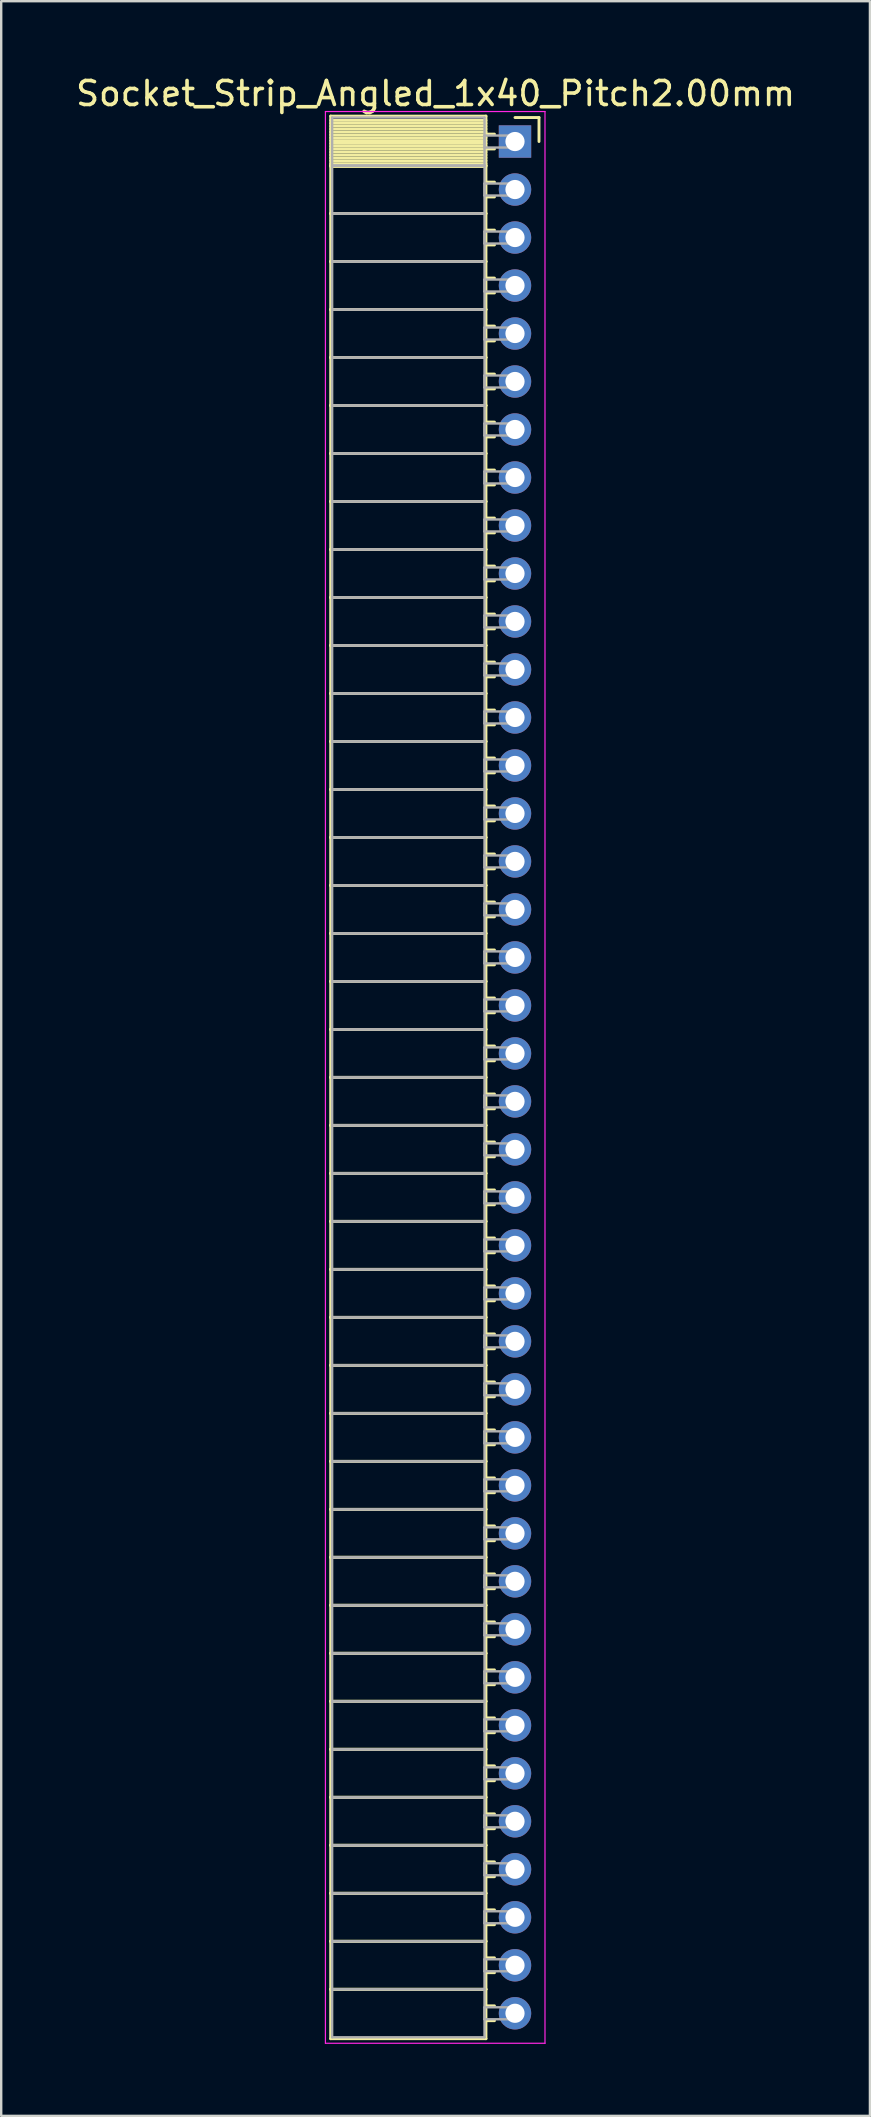
<source format=kicad_pcb>
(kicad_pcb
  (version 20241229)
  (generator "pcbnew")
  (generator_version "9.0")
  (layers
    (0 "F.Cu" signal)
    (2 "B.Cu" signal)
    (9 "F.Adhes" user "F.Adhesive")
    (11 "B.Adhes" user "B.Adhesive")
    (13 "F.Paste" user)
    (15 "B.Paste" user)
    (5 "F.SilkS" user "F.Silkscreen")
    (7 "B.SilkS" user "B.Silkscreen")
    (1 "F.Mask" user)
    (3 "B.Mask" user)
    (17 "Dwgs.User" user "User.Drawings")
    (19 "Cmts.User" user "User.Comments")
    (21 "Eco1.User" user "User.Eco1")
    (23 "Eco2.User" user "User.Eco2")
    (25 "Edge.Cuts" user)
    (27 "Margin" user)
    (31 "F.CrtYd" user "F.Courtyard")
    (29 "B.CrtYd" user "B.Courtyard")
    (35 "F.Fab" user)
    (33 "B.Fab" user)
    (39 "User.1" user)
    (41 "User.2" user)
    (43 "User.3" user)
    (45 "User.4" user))
  (footprint "Socket_Strip_Angled_1x40_Pitch2.00mm"
    (layer "F.Cu")
    (at 18.411 2.848)
    (property "Reference" "Socket_Strip_Angled_1x40_Pitch2.00mm" (at -3.31 -2 0) (layer "F.SilkS") (effects (font (size 1 1) (thickness 0.15))))
    (attr through_hole)
    (fp_line (start -7.68 -1.06) (end -1.21 -1.06) (stroke (width 0.12) (type solid)) (layer "F.SilkS"))
    (fp_line (start -7.68 1) (end -7.68 -1.06) (stroke (width 0.12) (type solid)) (layer "F.SilkS"))
    (fp_line (start -7.68 1) (end -1.21 1) (stroke (width 0.12) (type solid)) (layer "F.SilkS"))
    (fp_line (start -7.68 3) (end -7.68 1) (stroke (width 0.12) (type solid)) (layer "F.SilkS"))
    (fp_line (start -7.68 3) (end -1.21 3) (stroke (width 0.12) (type solid)) (layer "F.SilkS"))
    (fp_line (start -7.68 5) (end -7.68 3) (stroke (width 0.12) (type solid)) (layer "F.SilkS"))
    (fp_line (start -7.68 5) (end -1.21 5) (stroke (width 0.12) (type solid)) (layer "F.SilkS"))
    (fp_line (start -7.68 7) (end -7.68 5) (stroke (width 0.12) (type solid)) (layer "F.SilkS"))
    (fp_line (start -7.68 7) (end -1.21 7) (stroke (width 0.12) (type solid)) (layer "F.SilkS"))
    (fp_line (start -7.68 9) (end -7.68 7) (stroke (width 0.12) (type solid)) (layer "F.SilkS"))
    (fp_line (start -7.68 9) (end -1.21 9) (stroke (width 0.12) (type solid)) (layer "F.SilkS"))
    (fp_line (start -7.68 11) (end -7.68 9) (stroke (width 0.12) (type solid)) (layer "F.SilkS"))
    (fp_line (start -7.68 11) (end -1.21 11) (stroke (width 0.12) (type solid)) (layer "F.SilkS"))
    (fp_line (start -7.68 13) (end -7.68 11) (stroke (width 0.12) (type solid)) (layer "F.SilkS"))
    (fp_line (start -7.68 13) (end -1.21 13) (stroke (width 0.12) (type solid)) (layer "F.SilkS"))
    (fp_line (start -7.68 15) (end -7.68 13) (stroke (width 0.12) (type solid)) (layer "F.SilkS"))
    (fp_line (start -7.68 15) (end -1.21 15) (stroke (width 0.12) (type solid)) (layer "F.SilkS"))
    (fp_line (start -7.68 17) (end -7.68 15) (stroke (width 0.12) (type solid)) (layer "F.SilkS"))
    (fp_line (start -7.68 17) (end -1.21 17) (stroke (width 0.12) (type solid)) (layer "F.SilkS"))
    (fp_line (start -7.68 19) (end -7.68 17) (stroke (width 0.12) (type solid)) (layer "F.SilkS"))
    (fp_line (start -7.68 19) (end -1.21 19) (stroke (width 0.12) (type solid)) (layer "F.SilkS"))
    (fp_line (start -7.68 21) (end -7.68 19) (stroke (width 0.12) (type solid)) (layer "F.SilkS"))
    (fp_line (start -7.68 21) (end -1.21 21) (stroke (width 0.12) (type solid)) (layer "F.SilkS"))
    (fp_line (start -7.68 23) (end -7.68 21) (stroke (width 0.12) (type solid)) (layer "F.SilkS"))
    (fp_line (start -7.68 23) (end -1.21 23) (stroke (width 0.12) (type solid)) (layer "F.SilkS"))
    (fp_line (start -7.68 25) (end -7.68 23) (stroke (width 0.12) (type solid)) (layer "F.SilkS"))
    (fp_line (start -7.68 25) (end -1.21 25) (stroke (width 0.12) (type solid)) (layer "F.SilkS"))
    (fp_line (start -7.68 27) (end -7.68 25) (stroke (width 0.12) (type solid)) (layer "F.SilkS"))
    (fp_line (start -7.68 27) (end -1.21 27) (stroke (width 0.12) (type solid)) (layer "F.SilkS"))
    (fp_line (start -7.68 29) (end -7.68 27) (stroke (width 0.12) (type solid)) (layer "F.SilkS"))
    (fp_line (start -7.68 29) (end -1.21 29) (stroke (width 0.12) (type solid)) (layer "F.SilkS"))
    (fp_line (start -7.68 31) (end -7.68 29) (stroke (width 0.12) (type solid)) (layer "F.SilkS"))
    (fp_line (start -7.68 31) (end -1.21 31) (stroke (width 0.12) (type solid)) (layer "F.SilkS"))
    (fp_line (start -7.68 33) (end -7.68 31) (stroke (width 0.12) (type solid)) (layer "F.SilkS"))
    (fp_line (start -7.68 33) (end -1.21 33) (stroke (width 0.12) (type solid)) (layer "F.SilkS"))
    (fp_line (start -7.68 35) (end -7.68 33) (stroke (width 0.12) (type solid)) (layer "F.SilkS"))
    (fp_line (start -7.68 35) (end -1.21 35) (stroke (width 0.12) (type solid)) (layer "F.SilkS"))
    (fp_line (start -7.68 37) (end -7.68 35) (stroke (width 0.12) (type solid)) (layer "F.SilkS"))
    (fp_line (start -7.68 37) (end -1.21 37) (stroke (width 0.12) (type solid)) (layer "F.SilkS"))
    (fp_line (start -7.68 39) (end -7.68 37) (stroke (width 0.12) (type solid)) (layer "F.SilkS"))
    (fp_line (start -7.68 39) (end -1.21 39) (stroke (width 0.12) (type solid)) (layer "F.SilkS"))
    (fp_line (start -7.68 41) (end -7.68 39) (stroke (width 0.12) (type solid)) (layer "F.SilkS"))
    (fp_line (start -7.68 41) (end -1.21 41) (stroke (width 0.12) (type solid)) (layer "F.SilkS"))
    (fp_line (start -7.68 43) (end -7.68 41) (stroke (width 0.12) (type solid)) (layer "F.SilkS"))
    (fp_line (start -7.68 43) (end -1.21 43) (stroke (width 0.12) (type solid)) (layer "F.SilkS"))
    (fp_line (start -7.68 45) (end -7.68 43) (stroke (width 0.12) (type solid)) (layer "F.SilkS"))
    (fp_line (start -7.68 45) (end -1.21 45) (stroke (width 0.12) (type solid)) (layer "F.SilkS"))
    (fp_line (start -7.68 47) (end -7.68 45) (stroke (width 0.12) (type solid)) (layer "F.SilkS"))
    (fp_line (start -7.68 47) (end -1.21 47) (stroke (width 0.12) (type solid)) (layer "F.SilkS"))
    (fp_line (start -7.68 49) (end -7.68 47) (stroke (width 0.12) (type solid)) (layer "F.SilkS"))
    (fp_line (start -7.68 49) (end -1.21 49) (stroke (width 0.12) (type solid)) (layer "F.SilkS"))
    (fp_line (start -7.68 51) (end -7.68 49) (stroke (width 0.12) (type solid)) (layer "F.SilkS"))
    (fp_line (start -7.68 51) (end -1.21 51) (stroke (width 0.12) (type solid)) (layer "F.SilkS"))
    (fp_line (start -7.68 53) (end -7.68 51) (stroke (width 0.12) (type solid)) (layer "F.SilkS"))
    (fp_line (start -7.68 53) (end -1.21 53) (stroke (width 0.12) (type solid)) (layer "F.SilkS"))
    (fp_line (start -7.68 55) (end -7.68 53) (stroke (width 0.12) (type solid)) (layer "F.SilkS"))
    (fp_line (start -7.68 55) (end -1.21 55) (stroke (width 0.12) (type solid)) (layer "F.SilkS"))
    (fp_line (start -7.68 57) (end -7.68 55) (stroke (width 0.12) (type solid)) (layer "F.SilkS"))
    (fp_line (start -7.68 57) (end -1.21 57) (stroke (width 0.12) (type solid)) (layer "F.SilkS"))
    (fp_line (start -7.68 59) (end -7.68 57) (stroke (width 0.12) (type solid)) (layer "F.SilkS"))
    (fp_line (start -7.68 59) (end -1.21 59) (stroke (width 0.12) (type solid)) (layer "F.SilkS"))
    (fp_line (start -7.68 61) (end -7.68 59) (stroke (width 0.12) (type solid)) (layer "F.SilkS"))
    (fp_line (start -7.68 61) (end -1.21 61) (stroke (width 0.12) (type solid)) (layer "F.SilkS"))
    (fp_line (start -7.68 63) (end -7.68 61) (stroke (width 0.12) (type solid)) (layer "F.SilkS"))
    (fp_line (start -7.68 63) (end -1.21 63) (stroke (width 0.12) (type solid)) (layer "F.SilkS"))
    (fp_line (start -7.68 65) (end -7.68 63) (stroke (width 0.12) (type solid)) (layer "F.SilkS"))
    (fp_line (start -7.68 65) (end -1.21 65) (stroke (width 0.12) (type solid)) (layer "F.SilkS"))
    (fp_line (start -7.68 67) (end -7.68 65) (stroke (width 0.12) (type solid)) (layer "F.SilkS"))
    (fp_line (start -7.68 67) (end -1.21 67) (stroke (width 0.12) (type solid)) (layer "F.SilkS"))
    (fp_line (start -7.68 69) (end -7.68 67) (stroke (width 0.12) (type solid)) (layer "F.SilkS"))
    (fp_line (start -7.68 69) (end -1.21 69) (stroke (width 0.12) (type solid)) (layer "F.SilkS"))
    (fp_line (start -7.68 71) (end -7.68 69) (stroke (width 0.12) (type solid)) (layer "F.SilkS"))
    (fp_line (start -7.68 71) (end -1.21 71) (stroke (width 0.12) (type solid)) (layer "F.SilkS"))
    (fp_line (start -7.68 73) (end -7.68 71) (stroke (width 0.12) (type solid)) (layer "F.SilkS"))
    (fp_line (start -7.68 73) (end -1.21 73) (stroke (width 0.12) (type solid)) (layer "F.SilkS"))
    (fp_line (start -7.68 75) (end -7.68 73) (stroke (width 0.12) (type solid)) (layer "F.SilkS"))
    (fp_line (start -7.68 75) (end -1.21 75) (stroke (width 0.12) (type solid)) (layer "F.SilkS"))
    (fp_line (start -7.68 77) (end -7.68 75) (stroke (width 0.12) (type solid)) (layer "F.SilkS"))
    (fp_line (start -7.68 77) (end -1.21 77) (stroke (width 0.12) (type solid)) (layer "F.SilkS"))
    (fp_line (start -7.68 79.06) (end -7.68 77) (stroke (width 0.12) (type solid)) (layer "F.SilkS"))
    (fp_line (start -1.21 -1.06) (end -1.21 1) (stroke (width 0.12) (type solid)) (layer "F.SilkS"))
    (fp_line (start -1.21 -0.88) (end -7.68 -0.88) (stroke (width 0.12) (type solid)) (layer "F.SilkS"))
    (fp_line (start -1.21 -0.76) (end -7.68 -0.76) (stroke (width 0.12) (type solid)) (layer "F.SilkS"))
    (fp_line (start -1.21 -0.64) (end -7.68 -0.64) (stroke (width 0.12) (type solid)) (layer "F.SilkS"))
    (fp_line (start -1.21 -0.52) (end -7.68 -0.52) (stroke (width 0.12) (type solid)) (layer "F.SilkS"))
    (fp_line (start -1.21 -0.4) (end -7.68 -0.4) (stroke (width 0.12) (type solid)) (layer "F.SilkS"))
    (fp_line (start -1.21 -0.28) (end -7.68 -0.28) (stroke (width 0.12) (type solid)) (layer "F.SilkS"))
    (fp_line (start -1.21 -0.16) (end -7.68 -0.16) (stroke (width 0.12) (type solid)) (layer "F.SilkS"))
    (fp_line (start -1.21 -0.04) (end -7.68 -0.04) (stroke (width 0.12) (type solid)) (layer "F.SilkS"))
    (fp_line (start -1.21 0.08) (end -7.68 0.08) (stroke (width 0.12) (type solid)) (layer "F.SilkS"))
    (fp_line (start -1.21 0.2) (end -7.68 0.2) (stroke (width 0.12) (type solid)) (layer "F.SilkS"))
    (fp_line (start -1.21 0.32) (end -7.68 0.32) (stroke (width 0.12) (type solid)) (layer "F.SilkS"))
    (fp_line (start -1.21 0.44) (end -7.68 0.44) (stroke (width 0.12) (type solid)) (layer "F.SilkS"))
    (fp_line (start -1.21 0.56) (end -7.68 0.56) (stroke (width 0.12) (type solid)) (layer "F.SilkS"))
    (fp_line (start -1.21 0.68) (end -7.68 0.68) (stroke (width 0.12) (type solid)) (layer "F.SilkS"))
    (fp_line (start -1.21 0.8) (end -7.68 0.8) (stroke (width 0.12) (type solid)) (layer "F.SilkS"))
    (fp_line (start -1.21 0.92) (end -7.68 0.92) (stroke (width 0.12) (type solid)) (layer "F.SilkS"))
    (fp_line (start -1.21 1) (end -7.68 1) (stroke (width 0.12) (type solid)) (layer "F.SilkS"))
    (fp_line (start -1.21 1) (end -1.21 3) (stroke (width 0.12) (type solid)) (layer "F.SilkS"))
    (fp_line (start -1.21 1.04) (end -7.68 1.04) (stroke (width 0.12) (type solid)) (layer "F.SilkS"))
    (fp_line (start -1.21 3) (end -7.68 3) (stroke (width 0.12) (type solid)) (layer "F.SilkS"))
    (fp_line (start -1.21 3) (end -1.21 5) (stroke (width 0.12) (type solid)) (layer "F.SilkS"))
    (fp_line (start -1.21 5) (end -7.68 5) (stroke (width 0.12) (type solid)) (layer "F.SilkS"))
    (fp_line (start -1.21 5) (end -1.21 7) (stroke (width 0.12) (type solid)) (layer "F.SilkS"))
    (fp_line (start -1.21 7) (end -7.68 7) (stroke (width 0.12) (type solid)) (layer "F.SilkS"))
    (fp_line (start -1.21 7) (end -1.21 9) (stroke (width 0.12) (type solid)) (layer "F.SilkS"))
    (fp_line (start -1.21 9) (end -7.68 9) (stroke (width 0.12) (type solid)) (layer "F.SilkS"))
    (fp_line (start -1.21 9) (end -1.21 11) (stroke (width 0.12) (type solid)) (layer "F.SilkS"))
    (fp_line (start -1.21 11) (end -7.68 11) (stroke (width 0.12) (type solid)) (layer "F.SilkS"))
    (fp_line (start -1.21 11) (end -1.21 13) (stroke (width 0.12) (type solid)) (layer "F.SilkS"))
    (fp_line (start -1.21 13) (end -7.68 13) (stroke (width 0.12) (type solid)) (layer "F.SilkS"))
    (fp_line (start -1.21 13) (end -1.21 15) (stroke (width 0.12) (type solid)) (layer "F.SilkS"))
    (fp_line (start -1.21 15) (end -7.68 15) (stroke (width 0.12) (type solid)) (layer "F.SilkS"))
    (fp_line (start -1.21 15) (end -1.21 17) (stroke (width 0.12) (type solid)) (layer "F.SilkS"))
    (fp_line (start -1.21 17) (end -7.68 17) (stroke (width 0.12) (type solid)) (layer "F.SilkS"))
    (fp_line (start -1.21 17) (end -1.21 19) (stroke (width 0.12) (type solid)) (layer "F.SilkS"))
    (fp_line (start -1.21 19) (end -7.68 19) (stroke (width 0.12) (type solid)) (layer "F.SilkS"))
    (fp_line (start -1.21 19) (end -1.21 21) (stroke (width 0.12) (type solid)) (layer "F.SilkS"))
    (fp_line (start -1.21 21) (end -7.68 21) (stroke (width 0.12) (type solid)) (layer "F.SilkS"))
    (fp_line (start -1.21 21) (end -1.21 23) (stroke (width 0.12) (type solid)) (layer "F.SilkS"))
    (fp_line (start -1.21 23) (end -7.68 23) (stroke (width 0.12) (type solid)) (layer "F.SilkS"))
    (fp_line (start -1.21 23) (end -1.21 25) (stroke (width 0.12) (type solid)) (layer "F.SilkS"))
    (fp_line (start -1.21 25) (end -7.68 25) (stroke (width 0.12) (type solid)) (layer "F.SilkS"))
    (fp_line (start -1.21 25) (end -1.21 27) (stroke (width 0.12) (type solid)) (layer "F.SilkS"))
    (fp_line (start -1.21 27) (end -7.68 27) (stroke (width 0.12) (type solid)) (layer "F.SilkS"))
    (fp_line (start -1.21 27) (end -1.21 29) (stroke (width 0.12) (type solid)) (layer "F.SilkS"))
    (fp_line (start -1.21 29) (end -7.68 29) (stroke (width 0.12) (type solid)) (layer "F.SilkS"))
    (fp_line (start -1.21 29) (end -1.21 31) (stroke (width 0.12) (type solid)) (layer "F.SilkS"))
    (fp_line (start -1.21 31) (end -7.68 31) (stroke (width 0.12) (type solid)) (layer "F.SilkS"))
    (fp_line (start -1.21 31) (end -1.21 33) (stroke (width 0.12) (type solid)) (layer "F.SilkS"))
    (fp_line (start -1.21 33) (end -7.68 33) (stroke (width 0.12) (type solid)) (layer "F.SilkS"))
    (fp_line (start -1.21 33) (end -1.21 35) (stroke (width 0.12) (type solid)) (layer "F.SilkS"))
    (fp_line (start -1.21 35) (end -7.68 35) (stroke (width 0.12) (type solid)) (layer "F.SilkS"))
    (fp_line (start -1.21 35) (end -1.21 37) (stroke (width 0.12) (type solid)) (layer "F.SilkS"))
    (fp_line (start -1.21 37) (end -7.68 37) (stroke (width 0.12) (type solid)) (layer "F.SilkS"))
    (fp_line (start -1.21 37) (end -1.21 39) (stroke (width 0.12) (type solid)) (layer "F.SilkS"))
    (fp_line (start -1.21 39) (end -7.68 39) (stroke (width 0.12) (type solid)) (layer "F.SilkS"))
    (fp_line (start -1.21 39) (end -1.21 41) (stroke (width 0.12) (type solid)) (layer "F.SilkS"))
    (fp_line (start -1.21 41) (end -7.68 41) (stroke (width 0.12) (type solid)) (layer "F.SilkS"))
    (fp_line (start -1.21 41) (end -1.21 43) (stroke (width 0.12) (type solid)) (layer "F.SilkS"))
    (fp_line (start -1.21 43) (end -7.68 43) (stroke (width 0.12) (type solid)) (layer "F.SilkS"))
    (fp_line (start -1.21 43) (end -1.21 45) (stroke (width 0.12) (type solid)) (layer "F.SilkS"))
    (fp_line (start -1.21 45) (end -7.68 45) (stroke (width 0.12) (type solid)) (layer "F.SilkS"))
    (fp_line (start -1.21 45) (end -1.21 47) (stroke (width 0.12) (type solid)) (layer "F.SilkS"))
    (fp_line (start -1.21 47) (end -7.68 47) (stroke (width 0.12) (type solid)) (layer "F.SilkS"))
    (fp_line (start -1.21 47) (end -1.21 49) (stroke (width 0.12) (type solid)) (layer "F.SilkS"))
    (fp_line (start -1.21 49) (end -7.68 49) (stroke (width 0.12) (type solid)) (layer "F.SilkS"))
    (fp_line (start -1.21 49) (end -1.21 51) (stroke (width 0.12) (type solid)) (layer "F.SilkS"))
    (fp_line (start -1.21 51) (end -7.68 51) (stroke (width 0.12) (type solid)) (layer "F.SilkS"))
    (fp_line (start -1.21 51) (end -1.21 53) (stroke (width 0.12) (type solid)) (layer "F.SilkS"))
    (fp_line (start -1.21 53) (end -7.68 53) (stroke (width 0.12) (type solid)) (layer "F.SilkS"))
    (fp_line (start -1.21 53) (end -1.21 55) (stroke (width 0.12) (type solid)) (layer "F.SilkS"))
    (fp_line (start -1.21 55) (end -7.68 55) (stroke (width 0.12) (type solid)) (layer "F.SilkS"))
    (fp_line (start -1.21 55) (end -1.21 57) (stroke (width 0.12) (type solid)) (layer "F.SilkS"))
    (fp_line (start -1.21 57) (end -7.68 57) (stroke (width 0.12) (type solid)) (layer "F.SilkS"))
    (fp_line (start -1.21 57) (end -1.21 59) (stroke (width 0.12) (type solid)) (layer "F.SilkS"))
    (fp_line (start -1.21 59) (end -7.68 59) (stroke (width 0.12) (type solid)) (layer "F.SilkS"))
    (fp_line (start -1.21 59) (end -1.21 61) (stroke (width 0.12) (type solid)) (layer "F.SilkS"))
    (fp_line (start -1.21 61) (end -7.68 61) (stroke (width 0.12) (type solid)) (layer "F.SilkS"))
    (fp_line (start -1.21 61) (end -1.21 63) (stroke (width 0.12) (type solid)) (layer "F.SilkS"))
    (fp_line (start -1.21 63) (end -7.68 63) (stroke (width 0.12) (type solid)) (layer "F.SilkS"))
    (fp_line (start -1.21 63) (end -1.21 65) (stroke (width 0.12) (type solid)) (layer "F.SilkS"))
    (fp_line (start -1.21 65) (end -7.68 65) (stroke (width 0.12) (type solid)) (layer "F.SilkS"))
    (fp_line (start -1.21 65) (end -1.21 67) (stroke (width 0.12) (type solid)) (layer "F.SilkS"))
    (fp_line (start -1.21 67) (end -7.68 67) (stroke (width 0.12) (type solid)) (layer "F.SilkS"))
    (fp_line (start -1.21 67) (end -1.21 69) (stroke (width 0.12) (type solid)) (layer "F.SilkS"))
    (fp_line (start -1.21 69) (end -7.68 69) (stroke (width 0.12) (type solid)) (layer "F.SilkS"))
    (fp_line (start -1.21 69) (end -1.21 71) (stroke (width 0.12) (type solid)) (layer "F.SilkS"))
    (fp_line (start -1.21 71) (end -7.68 71) (stroke (width 0.12) (type solid)) (layer "F.SilkS"))
    (fp_line (start -1.21 71) (end -1.21 73) (stroke (width 0.12) (type solid)) (layer "F.SilkS"))
    (fp_line (start -1.21 73) (end -7.68 73) (stroke (width 0.12) (type solid)) (layer "F.SilkS"))
    (fp_line (start -1.21 73) (end -1.21 75) (stroke (width 0.12) (type solid)) (layer "F.SilkS"))
    (fp_line (start -1.21 75) (end -7.68 75) (stroke (width 0.12) (type solid)) (layer "F.SilkS"))
    (fp_line (start -1.21 75) (end -1.21 77) (stroke (width 0.12) (type solid)) (layer "F.SilkS"))
    (fp_line (start -1.21 77) (end -7.68 77) (stroke (width 0.12) (type solid)) (layer "F.SilkS"))
    (fp_line (start -1.21 77) (end -1.21 79.06) (stroke (width 0.12) (type solid)) (layer "F.SilkS"))
    (fp_line (start -1.21 79.06) (end -7.68 79.06) (stroke (width 0.12) (type solid)) (layer "F.SilkS"))
    (fp_line (start -0.855 -0.31) (end -1.21 -0.31) (stroke (width 0.12) (type solid)) (layer "F.SilkS"))
    (fp_line (start -0.855 0.31) (end -1.21 0.31) (stroke (width 0.12) (type solid)) (layer "F.SilkS"))
    (fp_line (start -0.855 1.69) (end -1.21 1.69) (stroke (width 0.12) (type solid)) (layer "F.SilkS"))
    (fp_line (start -0.855 2.31) (end -1.21 2.31) (stroke (width 0.12) (type solid)) (layer "F.SilkS"))
    (fp_line (start -0.855 3.69) (end -1.21 3.69) (stroke (width 0.12) (type solid)) (layer "F.SilkS"))
    (fp_line (start -0.855 4.31) (end -1.21 4.31) (stroke (width 0.12) (type solid)) (layer "F.SilkS"))
    (fp_line (start -0.855 5.69) (end -1.21 5.69) (stroke (width 0.12) (type solid)) (layer "F.SilkS"))
    (fp_line (start -0.855 6.31) (end -1.21 6.31) (stroke (width 0.12) (type solid)) (layer "F.SilkS"))
    (fp_line (start -0.855 7.69) (end -1.21 7.69) (stroke (width 0.12) (type solid)) (layer "F.SilkS"))
    (fp_line (start -0.855 8.31) (end -1.21 8.31) (stroke (width 0.12) (type solid)) (layer "F.SilkS"))
    (fp_line (start -0.855 9.69) (end -1.21 9.69) (stroke (width 0.12) (type solid)) (layer "F.SilkS"))
    (fp_line (start -0.855 10.31) (end -1.21 10.31) (stroke (width 0.12) (type solid)) (layer "F.SilkS"))
    (fp_line (start -0.855 11.69) (end -1.21 11.69) (stroke (width 0.12) (type solid)) (layer "F.SilkS"))
    (fp_line (start -0.855 12.31) (end -1.21 12.31) (stroke (width 0.12) (type solid)) (layer "F.SilkS"))
    (fp_line (start -0.855 13.69) (end -1.21 13.69) (stroke (width 0.12) (type solid)) (layer "F.SilkS"))
    (fp_line (start -0.855 14.31) (end -1.21 14.31) (stroke (width 0.12) (type solid)) (layer "F.SilkS"))
    (fp_line (start -0.855 15.69) (end -1.21 15.69) (stroke (width 0.12) (type solid)) (layer "F.SilkS"))
    (fp_line (start -0.855 16.31) (end -1.21 16.31) (stroke (width 0.12) (type solid)) (layer "F.SilkS"))
    (fp_line (start -0.855 17.69) (end -1.21 17.69) (stroke (width 0.12) (type solid)) (layer "F.SilkS"))
    (fp_line (start -0.855 18.31) (end -1.21 18.31) (stroke (width 0.12) (type solid)) (layer "F.SilkS"))
    (fp_line (start -0.855 19.69) (end -1.21 19.69) (stroke (width 0.12) (type solid)) (layer "F.SilkS"))
    (fp_line (start -0.855 20.31) (end -1.21 20.31) (stroke (width 0.12) (type solid)) (layer "F.SilkS"))
    (fp_line (start -0.855 21.69) (end -1.21 21.69) (stroke (width 0.12) (type solid)) (layer "F.SilkS"))
    (fp_line (start -0.855 22.31) (end -1.21 22.31) (stroke (width 0.12) (type solid)) (layer "F.SilkS"))
    (fp_line (start -0.855 23.69) (end -1.21 23.69) (stroke (width 0.12) (type solid)) (layer "F.SilkS"))
    (fp_line (start -0.855 24.31) (end -1.21 24.31) (stroke (width 0.12) (type solid)) (layer "F.SilkS"))
    (fp_line (start -0.855 25.69) (end -1.21 25.69) (stroke (width 0.12) (type solid)) (layer "F.SilkS"))
    (fp_line (start -0.855 26.31) (end -1.21 26.31) (stroke (width 0.12) (type solid)) (layer "F.SilkS"))
    (fp_line (start -0.855 27.69) (end -1.21 27.69) (stroke (width 0.12) (type solid)) (layer "F.SilkS"))
    (fp_line (start -0.855 28.31) (end -1.21 28.31) (stroke (width 0.12) (type solid)) (layer "F.SilkS"))
    (fp_line (start -0.855 29.69) (end -1.21 29.69) (stroke (width 0.12) (type solid)) (layer "F.SilkS"))
    (fp_line (start -0.855 30.31) (end -1.21 30.31) (stroke (width 0.12) (type solid)) (layer "F.SilkS"))
    (fp_line (start -0.855 31.69) (end -1.21 31.69) (stroke (width 0.12) (type solid)) (layer "F.SilkS"))
    (fp_line (start -0.855 32.31) (end -1.21 32.31) (stroke (width 0.12) (type solid)) (layer "F.SilkS"))
    (fp_line (start -0.855 33.69) (end -1.21 33.69) (stroke (width 0.12) (type solid)) (layer "F.SilkS"))
    (fp_line (start -0.855 34.31) (end -1.21 34.31) (stroke (width 0.12) (type solid)) (layer "F.SilkS"))
    (fp_line (start -0.855 35.69) (end -1.21 35.69) (stroke (width 0.12) (type solid)) (layer "F.SilkS"))
    (fp_line (start -0.855 36.31) (end -1.21 36.31) (stroke (width 0.12) (type solid)) (layer "F.SilkS"))
    (fp_line (start -0.855 37.69) (end -1.21 37.69) (stroke (width 0.12) (type solid)) (layer "F.SilkS"))
    (fp_line (start -0.855 38.31) (end -1.21 38.31) (stroke (width 0.12) (type solid)) (layer "F.SilkS"))
    (fp_line (start -0.855 39.69) (end -1.21 39.69) (stroke (width 0.12) (type solid)) (layer "F.SilkS"))
    (fp_line (start -0.855 40.31) (end -1.21 40.31) (stroke (width 0.12) (type solid)) (layer "F.SilkS"))
    (fp_line (start -0.855 41.69) (end -1.21 41.69) (stroke (width 0.12) (type solid)) (layer "F.SilkS"))
    (fp_line (start -0.855 42.31) (end -1.21 42.31) (stroke (width 0.12) (type solid)) (layer "F.SilkS"))
    (fp_line (start -0.855 43.69) (end -1.21 43.69) (stroke (width 0.12) (type solid)) (layer "F.SilkS"))
    (fp_line (start -0.855 44.31) (end -1.21 44.31) (stroke (width 0.12) (type solid)) (layer "F.SilkS"))
    (fp_line (start -0.855 45.69) (end -1.21 45.69) (stroke (width 0.12) (type solid)) (layer "F.SilkS"))
    (fp_line (start -0.855 46.31) (end -1.21 46.31) (stroke (width 0.12) (type solid)) (layer "F.SilkS"))
    (fp_line (start -0.855 47.69) (end -1.21 47.69) (stroke (width 0.12) (type solid)) (layer "F.SilkS"))
    (fp_line (start -0.855 48.31) (end -1.21 48.31) (stroke (width 0.12) (type solid)) (layer "F.SilkS"))
    (fp_line (start -0.855 49.69) (end -1.21 49.69) (stroke (width 0.12) (type solid)) (layer "F.SilkS"))
    (fp_line (start -0.855 50.31) (end -1.21 50.31) (stroke (width 0.12) (type solid)) (layer "F.SilkS"))
    (fp_line (start -0.855 51.69) (end -1.21 51.69) (stroke (width 0.12) (type solid)) (layer "F.SilkS"))
    (fp_line (start -0.855 52.31) (end -1.21 52.31) (stroke (width 0.12) (type solid)) (layer "F.SilkS"))
    (fp_line (start -0.855 53.69) (end -1.21 53.69) (stroke (width 0.12) (type solid)) (layer "F.SilkS"))
    (fp_line (start -0.855 54.31) (end -1.21 54.31) (stroke (width 0.12) (type solid)) (layer "F.SilkS"))
    (fp_line (start -0.855 55.69) (end -1.21 55.69) (stroke (width 0.12) (type solid)) (layer "F.SilkS"))
    (fp_line (start -0.855 56.31) (end -1.21 56.31) (stroke (width 0.12) (type solid)) (layer "F.SilkS"))
    (fp_line (start -0.855 57.69) (end -1.21 57.69) (stroke (width 0.12) (type solid)) (layer "F.SilkS"))
    (fp_line (start -0.855 58.31) (end -1.21 58.31) (stroke (width 0.12) (type solid)) (layer "F.SilkS"))
    (fp_line (start -0.855 59.69) (end -1.21 59.69) (stroke (width 0.12) (type solid)) (layer "F.SilkS"))
    (fp_line (start -0.855 60.31) (end -1.21 60.31) (stroke (width 0.12) (type solid)) (layer "F.SilkS"))
    (fp_line (start -0.855 61.69) (end -1.21 61.69) (stroke (width 0.12) (type solid)) (layer "F.SilkS"))
    (fp_line (start -0.855 62.31) (end -1.21 62.31) (stroke (width 0.12) (type solid)) (layer "F.SilkS"))
    (fp_line (start -0.855 63.69) (end -1.21 63.69) (stroke (width 0.12) (type solid)) (layer "F.SilkS"))
    (fp_line (start -0.855 64.31) (end -1.21 64.31) (stroke (width 0.12) (type solid)) (layer "F.SilkS"))
    (fp_line (start -0.855 65.69) (end -1.21 65.69) (stroke (width 0.12) (type solid)) (layer "F.SilkS"))
    (fp_line (start -0.855 66.31) (end -1.21 66.31) (stroke (width 0.12) (type solid)) (layer "F.SilkS"))
    (fp_line (start -0.855 67.69) (end -1.21 67.69) (stroke (width 0.12) (type solid)) (layer "F.SilkS"))
    (fp_line (start -0.855 68.31) (end -1.21 68.31) (stroke (width 0.12) (type solid)) (layer "F.SilkS"))
    (fp_line (start -0.855 69.69) (end -1.21 69.69) (stroke (width 0.12) (type solid)) (layer "F.SilkS"))
    (fp_line (start -0.855 70.31) (end -1.21 70.31) (stroke (width 0.12) (type solid)) (layer "F.SilkS"))
    (fp_line (start -0.855 71.69) (end -1.21 71.69) (stroke (width 0.12) (type solid)) (layer "F.SilkS"))
    (fp_line (start -0.855 72.31) (end -1.21 72.31) (stroke (width 0.12) (type solid)) (layer "F.SilkS"))
    (fp_line (start -0.855 73.69) (end -1.21 73.69) (stroke (width 0.12) (type solid)) (layer "F.SilkS"))
    (fp_line (start -0.855 74.31) (end -1.21 74.31) (stroke (width 0.12) (type solid)) (layer "F.SilkS"))
    (fp_line (start -0.855 75.69) (end -1.21 75.69) (stroke (width 0.12) (type solid)) (layer "F.SilkS"))
    (fp_line (start -0.855 76.31) (end -1.21 76.31) (stroke (width 0.12) (type solid)) (layer "F.SilkS"))
    (fp_line (start -0.855 77.69) (end -1.21 77.69) (stroke (width 0.12) (type solid)) (layer "F.SilkS"))
    (fp_line (start -0.855 78.31) (end -1.21 78.31) (stroke (width 0.12) (type solid)) (layer "F.SilkS"))
    (fp_line (start 0 -1) (end 1 -1) (stroke (width 0.12) (type solid)) (layer "F.SilkS"))
    (fp_line (start 1 -1) (end 1 0) (stroke (width 0.12) (type solid)) (layer "F.SilkS"))
    (fp_line (start -7.9 -1.25) (end 1.25 -1.25) (stroke (width 0.05) (type solid)) (layer "F.CrtYd"))
    (fp_line (start -7.9 79.25) (end -7.9 -1.25) (stroke (width 0.05) (type solid)) (layer "F.CrtYd"))
    (fp_line (start 1.25 -1.25) (end 1.25 79.25) (stroke (width 0.05) (type solid)) (layer "F.CrtYd"))
    (fp_line (start 1.25 79.25) (end -7.9 79.25) (stroke (width 0.05) (type solid)) (layer "F.CrtYd"))
    (fp_line (start -7.62 -1) (end -1.27 -1) (stroke (width 0.1) (type solid)) (layer "F.Fab"))
    (fp_line (start -7.62 1) (end -7.62 -1) (stroke (width 0.1) (type solid)) (layer "F.Fab"))
    (fp_line (start -7.62 1) (end -1.27 1) (stroke (width 0.1) (type solid)) (layer "F.Fab"))
    (fp_line (start -7.62 3) (end -7.62 1) (stroke (width 0.1) (type solid)) (layer "F.Fab"))
    (fp_line (start -7.62 3) (end -1.27 3) (stroke (width 0.1) (type solid)) (layer "F.Fab"))
    (fp_line (start -7.62 5) (end -7.62 3) (stroke (width 0.1) (type solid)) (layer "F.Fab"))
    (fp_line (start -7.62 5) (end -1.27 5) (stroke (width 0.1) (type solid)) (layer "F.Fab"))
    (fp_line (start -7.62 7) (end -7.62 5) (stroke (width 0.1) (type solid)) (layer "F.Fab"))
    (fp_line (start -7.62 7) (end -1.27 7) (stroke (width 0.1) (type solid)) (layer "F.Fab"))
    (fp_line (start -7.62 9) (end -7.62 7) (stroke (width 0.1) (type solid)) (layer "F.Fab"))
    (fp_line (start -7.62 9) (end -1.27 9) (stroke (width 0.1) (type solid)) (layer "F.Fab"))
    (fp_line (start -7.62 11) (end -7.62 9) (stroke (width 0.1) (type solid)) (layer "F.Fab"))
    (fp_line (start -7.62 11) (end -1.27 11) (stroke (width 0.1) (type solid)) (layer "F.Fab"))
    (fp_line (start -7.62 13) (end -7.62 11) (stroke (width 0.1) (type solid)) (layer "F.Fab"))
    (fp_line (start -7.62 13) (end -1.27 13) (stroke (width 0.1) (type solid)) (layer "F.Fab"))
    (fp_line (start -7.62 15) (end -7.62 13) (stroke (width 0.1) (type solid)) (layer "F.Fab"))
    (fp_line (start -7.62 15) (end -1.27 15) (stroke (width 0.1) (type solid)) (layer "F.Fab"))
    (fp_line (start -7.62 17) (end -7.62 15) (stroke (width 0.1) (type solid)) (layer "F.Fab"))
    (fp_line (start -7.62 17) (end -1.27 17) (stroke (width 0.1) (type solid)) (layer "F.Fab"))
    (fp_line (start -7.62 19) (end -7.62 17) (stroke (width 0.1) (type solid)) (layer "F.Fab"))
    (fp_line (start -7.62 19) (end -1.27 19) (stroke (width 0.1) (type solid)) (layer "F.Fab"))
    (fp_line (start -7.62 21) (end -7.62 19) (stroke (width 0.1) (type solid)) (layer "F.Fab"))
    (fp_line (start -7.62 21) (end -1.27 21) (stroke (width 0.1) (type solid)) (layer "F.Fab"))
    (fp_line (start -7.62 23) (end -7.62 21) (stroke (width 0.1) (type solid)) (layer "F.Fab"))
    (fp_line (start -7.62 23) (end -1.27 23) (stroke (width 0.1) (type solid)) (layer "F.Fab"))
    (fp_line (start -7.62 25) (end -7.62 23) (stroke (width 0.1) (type solid)) (layer "F.Fab"))
    (fp_line (start -7.62 25) (end -1.27 25) (stroke (width 0.1) (type solid)) (layer "F.Fab"))
    (fp_line (start -7.62 27) (end -7.62 25) (stroke (width 0.1) (type solid)) (layer "F.Fab"))
    (fp_line (start -7.62 27) (end -1.27 27) (stroke (width 0.1) (type solid)) (layer "F.Fab"))
    (fp_line (start -7.62 29) (end -7.62 27) (stroke (width 0.1) (type solid)) (layer "F.Fab"))
    (fp_line (start -7.62 29) (end -1.27 29) (stroke (width 0.1) (type solid)) (layer "F.Fab"))
    (fp_line (start -7.62 31) (end -7.62 29) (stroke (width 0.1) (type solid)) (layer "F.Fab"))
    (fp_line (start -7.62 31) (end -1.27 31) (stroke (width 0.1) (type solid)) (layer "F.Fab"))
    (fp_line (start -7.62 33) (end -7.62 31) (stroke (width 0.1) (type solid)) (layer "F.Fab"))
    (fp_line (start -7.62 33) (end -1.27 33) (stroke (width 0.1) (type solid)) (layer "F.Fab"))
    (fp_line (start -7.62 35) (end -7.62 33) (stroke (width 0.1) (type solid)) (layer "F.Fab"))
    (fp_line (start -7.62 35) (end -1.27 35) (stroke (width 0.1) (type solid)) (layer "F.Fab"))
    (fp_line (start -7.62 37) (end -7.62 35) (stroke (width 0.1) (type solid)) (layer "F.Fab"))
    (fp_line (start -7.62 37) (end -1.27 37) (stroke (width 0.1) (type solid)) (layer "F.Fab"))
    (fp_line (start -7.62 39) (end -7.62 37) (stroke (width 0.1) (type solid)) (layer "F.Fab"))
    (fp_line (start -7.62 39) (end -1.27 39) (stroke (width 0.1) (type solid)) (layer "F.Fab"))
    (fp_line (start -7.62 41) (end -7.62 39) (stroke (width 0.1) (type solid)) (layer "F.Fab"))
    (fp_line (start -7.62 41) (end -1.27 41) (stroke (width 0.1) (type solid)) (layer "F.Fab"))
    (fp_line (start -7.62 43) (end -7.62 41) (stroke (width 0.1) (type solid)) (layer "F.Fab"))
    (fp_line (start -7.62 43) (end -1.27 43) (stroke (width 0.1) (type solid)) (layer "F.Fab"))
    (fp_line (start -7.62 45) (end -7.62 43) (stroke (width 0.1) (type solid)) (layer "F.Fab"))
    (fp_line (start -7.62 45) (end -1.27 45) (stroke (width 0.1) (type solid)) (layer "F.Fab"))
    (fp_line (start -7.62 47) (end -7.62 45) (stroke (width 0.1) (type solid)) (layer "F.Fab"))
    (fp_line (start -7.62 47) (end -1.27 47) (stroke (width 0.1) (type solid)) (layer "F.Fab"))
    (fp_line (start -7.62 49) (end -7.62 47) (stroke (width 0.1) (type solid)) (layer "F.Fab"))
    (fp_line (start -7.62 49) (end -1.27 49) (stroke (width 0.1) (type solid)) (layer "F.Fab"))
    (fp_line (start -7.62 51) (end -7.62 49) (stroke (width 0.1) (type solid)) (layer "F.Fab"))
    (fp_line (start -7.62 51) (end -1.27 51) (stroke (width 0.1) (type solid)) (layer "F.Fab"))
    (fp_line (start -7.62 53) (end -7.62 51) (stroke (width 0.1) (type solid)) (layer "F.Fab"))
    (fp_line (start -7.62 53) (end -1.27 53) (stroke (width 0.1) (type solid)) (layer "F.Fab"))
    (fp_line (start -7.62 55) (end -7.62 53) (stroke (width 0.1) (type solid)) (layer "F.Fab"))
    (fp_line (start -7.62 55) (end -1.27 55) (stroke (width 0.1) (type solid)) (layer "F.Fab"))
    (fp_line (start -7.62 57) (end -7.62 55) (stroke (width 0.1) (type solid)) (layer "F.Fab"))
    (fp_line (start -7.62 57) (end -1.27 57) (stroke (width 0.1) (type solid)) (layer "F.Fab"))
    (fp_line (start -7.62 59) (end -7.62 57) (stroke (width 0.1) (type solid)) (layer "F.Fab"))
    (fp_line (start -7.62 59) (end -1.27 59) (stroke (width 0.1) (type solid)) (layer "F.Fab"))
    (fp_line (start -7.62 61) (end -7.62 59) (stroke (width 0.1) (type solid)) (layer "F.Fab"))
    (fp_line (start -7.62 61) (end -1.27 61) (stroke (width 0.1) (type solid)) (layer "F.Fab"))
    (fp_line (start -7.62 63) (end -7.62 61) (stroke (width 0.1) (type solid)) (layer "F.Fab"))
    (fp_line (start -7.62 63) (end -1.27 63) (stroke (width 0.1) (type solid)) (layer "F.Fab"))
    (fp_line (start -7.62 65) (end -7.62 63) (stroke (width 0.1) (type solid)) (layer "F.Fab"))
    (fp_line (start -7.62 65) (end -1.27 65) (stroke (width 0.1) (type solid)) (layer "F.Fab"))
    (fp_line (start -7.62 67) (end -7.62 65) (stroke (width 0.1) (type solid)) (layer "F.Fab"))
    (fp_line (start -7.62 67) (end -1.27 67) (stroke (width 0.1) (type solid)) (layer "F.Fab"))
    (fp_line (start -7.62 69) (end -7.62 67) (stroke (width 0.1) (type solid)) (layer "F.Fab"))
    (fp_line (start -7.62 69) (end -1.27 69) (stroke (width 0.1) (type solid)) (layer "F.Fab"))
    (fp_line (start -7.62 71) (end -7.62 69) (stroke (width 0.1) (type solid)) (layer "F.Fab"))
    (fp_line (start -7.62 71) (end -1.27 71) (stroke (width 0.1) (type solid)) (layer "F.Fab"))
    (fp_line (start -7.62 73) (end -7.62 71) (stroke (width 0.1) (type solid)) (layer "F.Fab"))
    (fp_line (start -7.62 73) (end -1.27 73) (stroke (width 0.1) (type solid)) (layer "F.Fab"))
    (fp_line (start -7.62 75) (end -7.62 73) (stroke (width 0.1) (type solid)) (layer "F.Fab"))
    (fp_line (start -7.62 75) (end -1.27 75) (stroke (width 0.1) (type solid)) (layer "F.Fab"))
    (fp_line (start -7.62 77) (end -7.62 75) (stroke (width 0.1) (type solid)) (layer "F.Fab"))
    (fp_line (start -7.62 77) (end -1.27 77) (stroke (width 0.1) (type solid)) (layer "F.Fab"))
    (fp_line (start -7.62 79) (end -7.62 77) (stroke (width 0.1) (type solid)) (layer "F.Fab"))
    (fp_line (start -1.27 -1) (end -1.27 1) (stroke (width 0.1) (type solid)) (layer "F.Fab"))
    (fp_line (start -1.27 -0.25) (end 0 -0.25) (stroke (width 0.1) (type solid)) (layer "F.Fab"))
    (fp_line (start -1.27 0.25) (end -1.27 -0.25) (stroke (width 0.1) (type solid)) (layer "F.Fab"))
    (fp_line (start -1.27 1) (end -7.62 1) (stroke (width 0.1) (type solid)) (layer "F.Fab"))
    (fp_line (start -1.27 1) (end -1.27 3) (stroke (width 0.1) (type solid)) (layer "F.Fab"))
    (fp_line (start -1.27 1.75) (end 0 1.75) (stroke (width 0.1) (type solid)) (layer "F.Fab"))
    (fp_line (start -1.27 2.25) (end -1.27 1.75) (stroke (width 0.1) (type solid)) (layer "F.Fab"))
    (fp_line (start -1.27 3) (end -7.62 3) (stroke (width 0.1) (type solid)) (layer "F.Fab"))
    (fp_line (start -1.27 3) (end -1.27 5) (stroke (width 0.1) (type solid)) (layer "F.Fab"))
    (fp_line (start -1.27 3.75) (end 0 3.75) (stroke (width 0.1) (type solid)) (layer "F.Fab"))
    (fp_line (start -1.27 4.25) (end -1.27 3.75) (stroke (width 0.1) (type solid)) (layer "F.Fab"))
    (fp_line (start -1.27 5) (end -7.62 5) (stroke (width 0.1) (type solid)) (layer "F.Fab"))
    (fp_line (start -1.27 5) (end -1.27 7) (stroke (width 0.1) (type solid)) (layer "F.Fab"))
    (fp_line (start -1.27 5.75) (end 0 5.75) (stroke (width 0.1) (type solid)) (layer "F.Fab"))
    (fp_line (start -1.27 6.25) (end -1.27 5.75) (stroke (width 0.1) (type solid)) (layer "F.Fab"))
    (fp_line (start -1.27 7) (end -7.62 7) (stroke (width 0.1) (type solid)) (layer "F.Fab"))
    (fp_line (start -1.27 7) (end -1.27 9) (stroke (width 0.1) (type solid)) (layer "F.Fab"))
    (fp_line (start -1.27 7.75) (end 0 7.75) (stroke (width 0.1) (type solid)) (layer "F.Fab"))
    (fp_line (start -1.27 8.25) (end -1.27 7.75) (stroke (width 0.1) (type solid)) (layer "F.Fab"))
    (fp_line (start -1.27 9) (end -7.62 9) (stroke (width 0.1) (type solid)) (layer "F.Fab"))
    (fp_line (start -1.27 9) (end -1.27 11) (stroke (width 0.1) (type solid)) (layer "F.Fab"))
    (fp_line (start -1.27 9.75) (end 0 9.75) (stroke (width 0.1) (type solid)) (layer "F.Fab"))
    (fp_line (start -1.27 10.25) (end -1.27 9.75) (stroke (width 0.1) (type solid)) (layer "F.Fab"))
    (fp_line (start -1.27 11) (end -7.62 11) (stroke (width 0.1) (type solid)) (layer "F.Fab"))
    (fp_line (start -1.27 11) (end -1.27 13) (stroke (width 0.1) (type solid)) (layer "F.Fab"))
    (fp_line (start -1.27 11.75) (end 0 11.75) (stroke (width 0.1) (type solid)) (layer "F.Fab"))
    (fp_line (start -1.27 12.25) (end -1.27 11.75) (stroke (width 0.1) (type solid)) (layer "F.Fab"))
    (fp_line (start -1.27 13) (end -7.62 13) (stroke (width 0.1) (type solid)) (layer "F.Fab"))
    (fp_line (start -1.27 13) (end -1.27 15) (stroke (width 0.1) (type solid)) (layer "F.Fab"))
    (fp_line (start -1.27 13.75) (end 0 13.75) (stroke (width 0.1) (type solid)) (layer "F.Fab"))
    (fp_line (start -1.27 14.25) (end -1.27 13.75) (stroke (width 0.1) (type solid)) (layer "F.Fab"))
    (fp_line (start -1.27 15) (end -7.62 15) (stroke (width 0.1) (type solid)) (layer "F.Fab"))
    (fp_line (start -1.27 15) (end -1.27 17) (stroke (width 0.1) (type solid)) (layer "F.Fab"))
    (fp_line (start -1.27 15.75) (end 0 15.75) (stroke (width 0.1) (type solid)) (layer "F.Fab"))
    (fp_line (start -1.27 16.25) (end -1.27 15.75) (stroke (width 0.1) (type solid)) (layer "F.Fab"))
    (fp_line (start -1.27 17) (end -7.62 17) (stroke (width 0.1) (type solid)) (layer "F.Fab"))
    (fp_line (start -1.27 17) (end -1.27 19) (stroke (width 0.1) (type solid)) (layer "F.Fab"))
    (fp_line (start -1.27 17.75) (end 0 17.75) (stroke (width 0.1) (type solid)) (layer "F.Fab"))
    (fp_line (start -1.27 18.25) (end -1.27 17.75) (stroke (width 0.1) (type solid)) (layer "F.Fab"))
    (fp_line (start -1.27 19) (end -7.62 19) (stroke (width 0.1) (type solid)) (layer "F.Fab"))
    (fp_line (start -1.27 19) (end -1.27 21) (stroke (width 0.1) (type solid)) (layer "F.Fab"))
    (fp_line (start -1.27 19.75) (end 0 19.75) (stroke (width 0.1) (type solid)) (layer "F.Fab"))
    (fp_line (start -1.27 20.25) (end -1.27 19.75) (stroke (width 0.1) (type solid)) (layer "F.Fab"))
    (fp_line (start -1.27 21) (end -7.62 21) (stroke (width 0.1) (type solid)) (layer "F.Fab"))
    (fp_line (start -1.27 21) (end -1.27 23) (stroke (width 0.1) (type solid)) (layer "F.Fab"))
    (fp_line (start -1.27 21.75) (end 0 21.75) (stroke (width 0.1) (type solid)) (layer "F.Fab"))
    (fp_line (start -1.27 22.25) (end -1.27 21.75) (stroke (width 0.1) (type solid)) (layer "F.Fab"))
    (fp_line (start -1.27 23) (end -7.62 23) (stroke (width 0.1) (type solid)) (layer "F.Fab"))
    (fp_line (start -1.27 23) (end -1.27 25) (stroke (width 0.1) (type solid)) (layer "F.Fab"))
    (fp_line (start -1.27 23.75) (end 0 23.75) (stroke (width 0.1) (type solid)) (layer "F.Fab"))
    (fp_line (start -1.27 24.25) (end -1.27 23.75) (stroke (width 0.1) (type solid)) (layer "F.Fab"))
    (fp_line (start -1.27 25) (end -7.62 25) (stroke (width 0.1) (type solid)) (layer "F.Fab"))
    (fp_line (start -1.27 25) (end -1.27 27) (stroke (width 0.1) (type solid)) (layer "F.Fab"))
    (fp_line (start -1.27 25.75) (end 0 25.75) (stroke (width 0.1) (type solid)) (layer "F.Fab"))
    (fp_line (start -1.27 26.25) (end -1.27 25.75) (stroke (width 0.1) (type solid)) (layer "F.Fab"))
    (fp_line (start -1.27 27) (end -7.62 27) (stroke (width 0.1) (type solid)) (layer "F.Fab"))
    (fp_line (start -1.27 27) (end -1.27 29) (stroke (width 0.1) (type solid)) (layer "F.Fab"))
    (fp_line (start -1.27 27.75) (end 0 27.75) (stroke (width 0.1) (type solid)) (layer "F.Fab"))
    (fp_line (start -1.27 28.25) (end -1.27 27.75) (stroke (width 0.1) (type solid)) (layer "F.Fab"))
    (fp_line (start -1.27 29) (end -7.62 29) (stroke (width 0.1) (type solid)) (layer "F.Fab"))
    (fp_line (start -1.27 29) (end -1.27 31) (stroke (width 0.1) (type solid)) (layer "F.Fab"))
    (fp_line (start -1.27 29.75) (end 0 29.75) (stroke (width 0.1) (type solid)) (layer "F.Fab"))
    (fp_line (start -1.27 30.25) (end -1.27 29.75) (stroke (width 0.1) (type solid)) (layer "F.Fab"))
    (fp_line (start -1.27 31) (end -7.62 31) (stroke (width 0.1) (type solid)) (layer "F.Fab"))
    (fp_line (start -1.27 31) (end -1.27 33) (stroke (width 0.1) (type solid)) (layer "F.Fab"))
    (fp_line (start -1.27 31.75) (end 0 31.75) (stroke (width 0.1) (type solid)) (layer "F.Fab"))
    (fp_line (start -1.27 32.25) (end -1.27 31.75) (stroke (width 0.1) (type solid)) (layer "F.Fab"))
    (fp_line (start -1.27 33) (end -7.62 33) (stroke (width 0.1) (type solid)) (layer "F.Fab"))
    (fp_line (start -1.27 33) (end -1.27 35) (stroke (width 0.1) (type solid)) (layer "F.Fab"))
    (fp_line (start -1.27 33.75) (end 0 33.75) (stroke (width 0.1) (type solid)) (layer "F.Fab"))
    (fp_line (start -1.27 34.25) (end -1.27 33.75) (stroke (width 0.1) (type solid)) (layer "F.Fab"))
    (fp_line (start -1.27 35) (end -7.62 35) (stroke (width 0.1) (type solid)) (layer "F.Fab"))
    (fp_line (start -1.27 35) (end -1.27 37) (stroke (width 0.1) (type solid)) (layer "F.Fab"))
    (fp_line (start -1.27 35.75) (end 0 35.75) (stroke (width 0.1) (type solid)) (layer "F.Fab"))
    (fp_line (start -1.27 36.25) (end -1.27 35.75) (stroke (width 0.1) (type solid)) (layer "F.Fab"))
    (fp_line (start -1.27 37) (end -7.62 37) (stroke (width 0.1) (type solid)) (layer "F.Fab"))
    (fp_line (start -1.27 37) (end -1.27 39) (stroke (width 0.1) (type solid)) (layer "F.Fab"))
    (fp_line (start -1.27 37.75) (end 0 37.75) (stroke (width 0.1) (type solid)) (layer "F.Fab"))
    (fp_line (start -1.27 38.25) (end -1.27 37.75) (stroke (width 0.1) (type solid)) (layer "F.Fab"))
    (fp_line (start -1.27 39) (end -7.62 39) (stroke (width 0.1) (type solid)) (layer "F.Fab"))
    (fp_line (start -1.27 39) (end -1.27 41) (stroke (width 0.1) (type solid)) (layer "F.Fab"))
    (fp_line (start -1.27 39.75) (end 0 39.75) (stroke (width 0.1) (type solid)) (layer "F.Fab"))
    (fp_line (start -1.27 40.25) (end -1.27 39.75) (stroke (width 0.1) (type solid)) (layer "F.Fab"))
    (fp_line (start -1.27 41) (end -7.62 41) (stroke (width 0.1) (type solid)) (layer "F.Fab"))
    (fp_line (start -1.27 41) (end -1.27 43) (stroke (width 0.1) (type solid)) (layer "F.Fab"))
    (fp_line (start -1.27 41.75) (end 0 41.75) (stroke (width 0.1) (type solid)) (layer "F.Fab"))
    (fp_line (start -1.27 42.25) (end -1.27 41.75) (stroke (width 0.1) (type solid)) (layer "F.Fab"))
    (fp_line (start -1.27 43) (end -7.62 43) (stroke (width 0.1) (type solid)) (layer "F.Fab"))
    (fp_line (start -1.27 43) (end -1.27 45) (stroke (width 0.1) (type solid)) (layer "F.Fab"))
    (fp_line (start -1.27 43.75) (end 0 43.75) (stroke (width 0.1) (type solid)) (layer "F.Fab"))
    (fp_line (start -1.27 44.25) (end -1.27 43.75) (stroke (width 0.1) (type solid)) (layer "F.Fab"))
    (fp_line (start -1.27 45) (end -7.62 45) (stroke (width 0.1) (type solid)) (layer "F.Fab"))
    (fp_line (start -1.27 45) (end -1.27 47) (stroke (width 0.1) (type solid)) (layer "F.Fab"))
    (fp_line (start -1.27 45.75) (end 0 45.75) (stroke (width 0.1) (type solid)) (layer "F.Fab"))
    (fp_line (start -1.27 46.25) (end -1.27 45.75) (stroke (width 0.1) (type solid)) (layer "F.Fab"))
    (fp_line (start -1.27 47) (end -7.62 47) (stroke (width 0.1) (type solid)) (layer "F.Fab"))
    (fp_line (start -1.27 47) (end -1.27 49) (stroke (width 0.1) (type solid)) (layer "F.Fab"))
    (fp_line (start -1.27 47.75) (end 0 47.75) (stroke (width 0.1) (type solid)) (layer "F.Fab"))
    (fp_line (start -1.27 48.25) (end -1.27 47.75) (stroke (width 0.1) (type solid)) (layer "F.Fab"))
    (fp_line (start -1.27 49) (end -7.62 49) (stroke (width 0.1) (type solid)) (layer "F.Fab"))
    (fp_line (start -1.27 49) (end -1.27 51) (stroke (width 0.1) (type solid)) (layer "F.Fab"))
    (fp_line (start -1.27 49.75) (end 0 49.75) (stroke (width 0.1) (type solid)) (layer "F.Fab"))
    (fp_line (start -1.27 50.25) (end -1.27 49.75) (stroke (width 0.1) (type solid)) (layer "F.Fab"))
    (fp_line (start -1.27 51) (end -7.62 51) (stroke (width 0.1) (type solid)) (layer "F.Fab"))
    (fp_line (start -1.27 51) (end -1.27 53) (stroke (width 0.1) (type solid)) (layer "F.Fab"))
    (fp_line (start -1.27 51.75) (end 0 51.75) (stroke (width 0.1) (type solid)) (layer "F.Fab"))
    (fp_line (start -1.27 52.25) (end -1.27 51.75) (stroke (width 0.1) (type solid)) (layer "F.Fab"))
    (fp_line (start -1.27 53) (end -7.62 53) (stroke (width 0.1) (type solid)) (layer "F.Fab"))
    (fp_line (start -1.27 53) (end -1.27 55) (stroke (width 0.1) (type solid)) (layer "F.Fab"))
    (fp_line (start -1.27 53.75) (end 0 53.75) (stroke (width 0.1) (type solid)) (layer "F.Fab"))
    (fp_line (start -1.27 54.25) (end -1.27 53.75) (stroke (width 0.1) (type solid)) (layer "F.Fab"))
    (fp_line (start -1.27 55) (end -7.62 55) (stroke (width 0.1) (type solid)) (layer "F.Fab"))
    (fp_line (start -1.27 55) (end -1.27 57) (stroke (width 0.1) (type solid)) (layer "F.Fab"))
    (fp_line (start -1.27 55.75) (end 0 55.75) (stroke (width 0.1) (type solid)) (layer "F.Fab"))
    (fp_line (start -1.27 56.25) (end -1.27 55.75) (stroke (width 0.1) (type solid)) (layer "F.Fab"))
    (fp_line (start -1.27 57) (end -7.62 57) (stroke (width 0.1) (type solid)) (layer "F.Fab"))
    (fp_line (start -1.27 57) (end -1.27 59) (stroke (width 0.1) (type solid)) (layer "F.Fab"))
    (fp_line (start -1.27 57.75) (end 0 57.75) (stroke (width 0.1) (type solid)) (layer "F.Fab"))
    (fp_line (start -1.27 58.25) (end -1.27 57.75) (stroke (width 0.1) (type solid)) (layer "F.Fab"))
    (fp_line (start -1.27 59) (end -7.62 59) (stroke (width 0.1) (type solid)) (layer "F.Fab"))
    (fp_line (start -1.27 59) (end -1.27 61) (stroke (width 0.1) (type solid)) (layer "F.Fab"))
    (fp_line (start -1.27 59.75) (end 0 59.75) (stroke (width 0.1) (type solid)) (layer "F.Fab"))
    (fp_line (start -1.27 60.25) (end -1.27 59.75) (stroke (width 0.1) (type solid)) (layer "F.Fab"))
    (fp_line (start -1.27 61) (end -7.62 61) (stroke (width 0.1) (type solid)) (layer "F.Fab"))
    (fp_line (start -1.27 61) (end -1.27 63) (stroke (width 0.1) (type solid)) (layer "F.Fab"))
    (fp_line (start -1.27 61.75) (end 0 61.75) (stroke (width 0.1) (type solid)) (layer "F.Fab"))
    (fp_line (start -1.27 62.25) (end -1.27 61.75) (stroke (width 0.1) (type solid)) (layer "F.Fab"))
    (fp_line (start -1.27 63) (end -7.62 63) (stroke (width 0.1) (type solid)) (layer "F.Fab"))
    (fp_line (start -1.27 63) (end -1.27 65) (stroke (width 0.1) (type solid)) (layer "F.Fab"))
    (fp_line (start -1.27 63.75) (end 0 63.75) (stroke (width 0.1) (type solid)) (layer "F.Fab"))
    (fp_line (start -1.27 64.25) (end -1.27 63.75) (stroke (width 0.1) (type solid)) (layer "F.Fab"))
    (fp_line (start -1.27 65) (end -7.62 65) (stroke (width 0.1) (type solid)) (layer "F.Fab"))
    (fp_line (start -1.27 65) (end -1.27 67) (stroke (width 0.1) (type solid)) (layer "F.Fab"))
    (fp_line (start -1.27 65.75) (end 0 65.75) (stroke (width 0.1) (type solid)) (layer "F.Fab"))
    (fp_line (start -1.27 66.25) (end -1.27 65.75) (stroke (width 0.1) (type solid)) (layer "F.Fab"))
    (fp_line (start -1.27 67) (end -7.62 67) (stroke (width 0.1) (type solid)) (layer "F.Fab"))
    (fp_line (start -1.27 67) (end -1.27 69) (stroke (width 0.1) (type solid)) (layer "F.Fab"))
    (fp_line (start -1.27 67.75) (end 0 67.75) (stroke (width 0.1) (type solid)) (layer "F.Fab"))
    (fp_line (start -1.27 68.25) (end -1.27 67.75) (stroke (width 0.1) (type solid)) (layer "F.Fab"))
    (fp_line (start -1.27 69) (end -7.62 69) (stroke (width 0.1) (type solid)) (layer "F.Fab"))
    (fp_line (start -1.27 69) (end -1.27 71) (stroke (width 0.1) (type solid)) (layer "F.Fab"))
    (fp_line (start -1.27 69.75) (end 0 69.75) (stroke (width 0.1) (type solid)) (layer "F.Fab"))
    (fp_line (start -1.27 70.25) (end -1.27 69.75) (stroke (width 0.1) (type solid)) (layer "F.Fab"))
    (fp_line (start -1.27 71) (end -7.62 71) (stroke (width 0.1) (type solid)) (layer "F.Fab"))
    (fp_line (start -1.27 71) (end -1.27 73) (stroke (width 0.1) (type solid)) (layer "F.Fab"))
    (fp_line (start -1.27 71.75) (end 0 71.75) (stroke (width 0.1) (type solid)) (layer "F.Fab"))
    (fp_line (start -1.27 72.25) (end -1.27 71.75) (stroke (width 0.1) (type solid)) (layer "F.Fab"))
    (fp_line (start -1.27 73) (end -7.62 73) (stroke (width 0.1) (type solid)) (layer "F.Fab"))
    (fp_line (start -1.27 73) (end -1.27 75) (stroke (width 0.1) (type solid)) (layer "F.Fab"))
    (fp_line (start -1.27 73.75) (end 0 73.75) (stroke (width 0.1) (type solid)) (layer "F.Fab"))
    (fp_line (start -1.27 74.25) (end -1.27 73.75) (stroke (width 0.1) (type solid)) (layer "F.Fab"))
    (fp_line (start -1.27 75) (end -7.62 75) (stroke (width 0.1) (type solid)) (layer "F.Fab"))
    (fp_line (start -1.27 75) (end -1.27 77) (stroke (width 0.1) (type solid)) (layer "F.Fab"))
    (fp_line (start -1.27 75.75) (end 0 75.75) (stroke (width 0.1) (type solid)) (layer "F.Fab"))
    (fp_line (start -1.27 76.25) (end -1.27 75.75) (stroke (width 0.1) (type solid)) (layer "F.Fab"))
    (fp_line (start -1.27 77) (end -7.62 77) (stroke (width 0.1) (type solid)) (layer "F.Fab"))
    (fp_line (start -1.27 77) (end -1.27 79) (stroke (width 0.1) (type solid)) (layer "F.Fab"))
    (fp_line (start -1.27 77.75) (end 0 77.75) (stroke (width 0.1) (type solid)) (layer "F.Fab"))
    (fp_line (start -1.27 78.25) (end -1.27 77.75) (stroke (width 0.1) (type solid)) (layer "F.Fab"))
    (fp_line (start -1.27 79) (end -7.62 79) (stroke (width 0.1) (type solid)) (layer "F.Fab"))
    (fp_line (start 0 -0.25) (end 0 0.25) (stroke (width 0.1) (type solid)) (layer "F.Fab"))
    (fp_line (start 0 0.25) (end -1.27 0.25) (stroke (width 0.1) (type solid)) (layer "F.Fab"))
    (fp_line (start 0 1.75) (end 0 2.25) (stroke (width 0.1) (type solid)) (layer "F.Fab"))
    (fp_line (start 0 2.25) (end -1.27 2.25) (stroke (width 0.1) (type solid)) (layer "F.Fab"))
    (fp_line (start 0 3.75) (end 0 4.25) (stroke (width 0.1) (type solid)) (layer "F.Fab"))
    (fp_line (start 0 4.25) (end -1.27 4.25) (stroke (width 0.1) (type solid)) (layer "F.Fab"))
    (fp_line (start 0 5.75) (end 0 6.25) (stroke (width 0.1) (type solid)) (layer "F.Fab"))
    (fp_line (start 0 6.25) (end -1.27 6.25) (stroke (width 0.1) (type solid)) (layer "F.Fab"))
    (fp_line (start 0 7.75) (end 0 8.25) (stroke (width 0.1) (type solid)) (layer "F.Fab"))
    (fp_line (start 0 8.25) (end -1.27 8.25) (stroke (width 0.1) (type solid)) (layer "F.Fab"))
    (fp_line (start 0 9.75) (end 0 10.25) (stroke (width 0.1) (type solid)) (layer "F.Fab"))
    (fp_line (start 0 10.25) (end -1.27 10.25) (stroke (width 0.1) (type solid)) (layer "F.Fab"))
    (fp_line (start 0 11.75) (end 0 12.25) (stroke (width 0.1) (type solid)) (layer "F.Fab"))
    (fp_line (start 0 12.25) (end -1.27 12.25) (stroke (width 0.1) (type solid)) (layer "F.Fab"))
    (fp_line (start 0 13.75) (end 0 14.25) (stroke (width 0.1) (type solid)) (layer "F.Fab"))
    (fp_line (start 0 14.25) (end -1.27 14.25) (stroke (width 0.1) (type solid)) (layer "F.Fab"))
    (fp_line (start 0 15.75) (end 0 16.25) (stroke (width 0.1) (type solid)) (layer "F.Fab"))
    (fp_line (start 0 16.25) (end -1.27 16.25) (stroke (width 0.1) (type solid)) (layer "F.Fab"))
    (fp_line (start 0 17.75) (end 0 18.25) (stroke (width 0.1) (type solid)) (layer "F.Fab"))
    (fp_line (start 0 18.25) (end -1.27 18.25) (stroke (width 0.1) (type solid)) (layer "F.Fab"))
    (fp_line (start 0 19.75) (end 0 20.25) (stroke (width 0.1) (type solid)) (layer "F.Fab"))
    (fp_line (start 0 20.25) (end -1.27 20.25) (stroke (width 0.1) (type solid)) (layer "F.Fab"))
    (fp_line (start 0 21.75) (end 0 22.25) (stroke (width 0.1) (type solid)) (layer "F.Fab"))
    (fp_line (start 0 22.25) (end -1.27 22.25) (stroke (width 0.1) (type solid)) (layer "F.Fab"))
    (fp_line (start 0 23.75) (end 0 24.25) (stroke (width 0.1) (type solid)) (layer "F.Fab"))
    (fp_line (start 0 24.25) (end -1.27 24.25) (stroke (width 0.1) (type solid)) (layer "F.Fab"))
    (fp_line (start 0 25.75) (end 0 26.25) (stroke (width 0.1) (type solid)) (layer "F.Fab"))
    (fp_line (start 0 26.25) (end -1.27 26.25) (stroke (width 0.1) (type solid)) (layer "F.Fab"))
    (fp_line (start 0 27.75) (end 0 28.25) (stroke (width 0.1) (type solid)) (layer "F.Fab"))
    (fp_line (start 0 28.25) (end -1.27 28.25) (stroke (width 0.1) (type solid)) (layer "F.Fab"))
    (fp_line (start 0 29.75) (end 0 30.25) (stroke (width 0.1) (type solid)) (layer "F.Fab"))
    (fp_line (start 0 30.25) (end -1.27 30.25) (stroke (width 0.1) (type solid)) (layer "F.Fab"))
    (fp_line (start 0 31.75) (end 0 32.25) (stroke (width 0.1) (type solid)) (layer "F.Fab"))
    (fp_line (start 0 32.25) (end -1.27 32.25) (stroke (width 0.1) (type solid)) (layer "F.Fab"))
    (fp_line (start 0 33.75) (end 0 34.25) (stroke (width 0.1) (type solid)) (layer "F.Fab"))
    (fp_line (start 0 34.25) (end -1.27 34.25) (stroke (width 0.1) (type solid)) (layer "F.Fab"))
    (fp_line (start 0 35.75) (end 0 36.25) (stroke (width 0.1) (type solid)) (layer "F.Fab"))
    (fp_line (start 0 36.25) (end -1.27 36.25) (stroke (width 0.1) (type solid)) (layer "F.Fab"))
    (fp_line (start 0 37.75) (end 0 38.25) (stroke (width 0.1) (type solid)) (layer "F.Fab"))
    (fp_line (start 0 38.25) (end -1.27 38.25) (stroke (width 0.1) (type solid)) (layer "F.Fab"))
    (fp_line (start 0 39.75) (end 0 40.25) (stroke (width 0.1) (type solid)) (layer "F.Fab"))
    (fp_line (start 0 40.25) (end -1.27 40.25) (stroke (width 0.1) (type solid)) (layer "F.Fab"))
    (fp_line (start 0 41.75) (end 0 42.25) (stroke (width 0.1) (type solid)) (layer "F.Fab"))
    (fp_line (start 0 42.25) (end -1.27 42.25) (stroke (width 0.1) (type solid)) (layer "F.Fab"))
    (fp_line (start 0 43.75) (end 0 44.25) (stroke (width 0.1) (type solid)) (layer "F.Fab"))
    (fp_line (start 0 44.25) (end -1.27 44.25) (stroke (width 0.1) (type solid)) (layer "F.Fab"))
    (fp_line (start 0 45.75) (end 0 46.25) (stroke (width 0.1) (type solid)) (layer "F.Fab"))
    (fp_line (start 0 46.25) (end -1.27 46.25) (stroke (width 0.1) (type solid)) (layer "F.Fab"))
    (fp_line (start 0 47.75) (end 0 48.25) (stroke (width 0.1) (type solid)) (layer "F.Fab"))
    (fp_line (start 0 48.25) (end -1.27 48.25) (stroke (width 0.1) (type solid)) (layer "F.Fab"))
    (fp_line (start 0 49.75) (end 0 50.25) (stroke (width 0.1) (type solid)) (layer "F.Fab"))
    (fp_line (start 0 50.25) (end -1.27 50.25) (stroke (width 0.1) (type solid)) (layer "F.Fab"))
    (fp_line (start 0 51.75) (end 0 52.25) (stroke (width 0.1) (type solid)) (layer "F.Fab"))
    (fp_line (start 0 52.25) (end -1.27 52.25) (stroke (width 0.1) (type solid)) (layer "F.Fab"))
    (fp_line (start 0 53.75) (end 0 54.25) (stroke (width 0.1) (type solid)) (layer "F.Fab"))
    (fp_line (start 0 54.25) (end -1.27 54.25) (stroke (width 0.1) (type solid)) (layer "F.Fab"))
    (fp_line (start 0 55.75) (end 0 56.25) (stroke (width 0.1) (type solid)) (layer "F.Fab"))
    (fp_line (start 0 56.25) (end -1.27 56.25) (stroke (width 0.1) (type solid)) (layer "F.Fab"))
    (fp_line (start 0 57.75) (end 0 58.25) (stroke (width 0.1) (type solid)) (layer "F.Fab"))
    (fp_line (start 0 58.25) (end -1.27 58.25) (stroke (width 0.1) (type solid)) (layer "F.Fab"))
    (fp_line (start 0 59.75) (end 0 60.25) (stroke (width 0.1) (type solid)) (layer "F.Fab"))
    (fp_line (start 0 60.25) (end -1.27 60.25) (stroke (width 0.1) (type solid)) (layer "F.Fab"))
    (fp_line (start 0 61.75) (end 0 62.25) (stroke (width 0.1) (type solid)) (layer "F.Fab"))
    (fp_line (start 0 62.25) (end -1.27 62.25) (stroke (width 0.1) (type solid)) (layer "F.Fab"))
    (fp_line (start 0 63.75) (end 0 64.25) (stroke (width 0.1) (type solid)) (layer "F.Fab"))
    (fp_line (start 0 64.25) (end -1.27 64.25) (stroke (width 0.1) (type solid)) (layer "F.Fab"))
    (fp_line (start 0 65.75) (end 0 66.25) (stroke (width 0.1) (type solid)) (layer "F.Fab"))
    (fp_line (start 0 66.25) (end -1.27 66.25) (stroke (width 0.1) (type solid)) (layer "F.Fab"))
    (fp_line (start 0 67.75) (end 0 68.25) (stroke (width 0.1) (type solid)) (layer "F.Fab"))
    (fp_line (start 0 68.25) (end -1.27 68.25) (stroke (width 0.1) (type solid)) (layer "F.Fab"))
    (fp_line (start 0 69.75) (end 0 70.25) (stroke (width 0.1) (type solid)) (layer "F.Fab"))
    (fp_line (start 0 70.25) (end -1.27 70.25) (stroke (width 0.1) (type solid)) (layer "F.Fab"))
    (fp_line (start 0 71.75) (end 0 72.25) (stroke (width 0.1) (type solid)) (layer "F.Fab"))
    (fp_line (start 0 72.25) (end -1.27 72.25) (stroke (width 0.1) (type solid)) (layer "F.Fab"))
    (fp_line (start 0 73.75) (end 0 74.25) (stroke (width 0.1) (type solid)) (layer "F.Fab"))
    (fp_line (start 0 74.25) (end -1.27 74.25) (stroke (width 0.1) (type solid)) (layer "F.Fab"))
    (fp_line (start 0 75.75) (end 0 76.25) (stroke (width 0.1) (type solid)) (layer "F.Fab"))
    (fp_line (start 0 76.25) (end -1.27 76.25) (stroke (width 0.1) (type solid)) (layer "F.Fab"))
    (fp_line (start 0 77.75) (end 0 78.25) (stroke (width 0.1) (type solid)) (layer "F.Fab"))
    (fp_line (start 0 78.25) (end -1.27 78.25) (stroke (width 0.1) (type solid)) (layer "F.Fab"))
    (pad "1" thru_hole rect (at 0 0) (size 1.35 1.35) (drill 0.8) (layers "*.Cu" "*.Mask"))
    (pad "2" thru_hole oval (at 0 2) (size 1.35 1.35) (drill 0.8) (layers "*.Cu" "*.Mask"))
    (pad "3" thru_hole oval (at 0 4) (size 1.35 1.35) (drill 0.8) (layers "*.Cu" "*.Mask"))
    (pad "4" thru_hole oval (at 0 6) (size 1.35 1.35) (drill 0.8) (layers "*.Cu" "*.Mask"))
    (pad "5" thru_hole oval (at 0 8) (size 1.35 1.35) (drill 0.8) (layers "*.Cu" "*.Mask"))
    (pad "6" thru_hole oval (at 0 10) (size 1.35 1.35) (drill 0.8) (layers "*.Cu" "*.Mask"))
    (pad "7" thru_hole oval (at 0 12) (size 1.35 1.35) (drill 0.8) (layers "*.Cu" "*.Mask"))
    (pad "8" thru_hole oval (at 0 14) (size 1.35 1.35) (drill 0.8) (layers "*.Cu" "*.Mask"))
    (pad "9" thru_hole oval (at 0 16) (size 1.35 1.35) (drill 0.8) (layers "*.Cu" "*.Mask"))
    (pad "10" thru_hole oval (at 0 18) (size 1.35 1.35) (drill 0.8) (layers "*.Cu" "*.Mask"))
    (pad "11" thru_hole oval (at 0 20) (size 1.35 1.35) (drill 0.8) (layers "*.Cu" "*.Mask"))
    (pad "12" thru_hole oval (at 0 22) (size 1.35 1.35) (drill 0.8) (layers "*.Cu" "*.Mask"))
    (pad "13" thru_hole oval (at 0 24) (size 1.35 1.35) (drill 0.8) (layers "*.Cu" "*.Mask"))
    (pad "14" thru_hole oval (at 0 26) (size 1.35 1.35) (drill 0.8) (layers "*.Cu" "*.Mask"))
    (pad "15" thru_hole oval (at 0 28) (size 1.35 1.35) (drill 0.8) (layers "*.Cu" "*.Mask"))
    (pad "16" thru_hole oval (at 0 30) (size 1.35 1.35) (drill 0.8) (layers "*.Cu" "*.Mask"))
    (pad "17" thru_hole oval (at 0 32) (size 1.35 1.35) (drill 0.8) (layers "*.Cu" "*.Mask"))
    (pad "18" thru_hole oval (at 0 34) (size 1.35 1.35) (drill 0.8) (layers "*.Cu" "*.Mask"))
    (pad "19" thru_hole oval (at 0 36) (size 1.35 1.35) (drill 0.8) (layers "*.Cu" "*.Mask"))
    (pad "20" thru_hole oval (at 0 38) (size 1.35 1.35) (drill 0.8) (layers "*.Cu" "*.Mask"))
    (pad "21" thru_hole oval (at 0 40) (size 1.35 1.35) (drill 0.8) (layers "*.Cu" "*.Mask"))
    (pad "22" thru_hole oval (at 0 42) (size 1.35 1.35) (drill 0.8) (layers "*.Cu" "*.Mask"))
    (pad "23" thru_hole oval (at 0 44) (size 1.35 1.35) (drill 0.8) (layers "*.Cu" "*.Mask"))
    (pad "24" thru_hole oval (at 0 46) (size 1.35 1.35) (drill 0.8) (layers "*.Cu" "*.Mask"))
    (pad "25" thru_hole oval (at 0 48) (size 1.35 1.35) (drill 0.8) (layers "*.Cu" "*.Mask"))
    (pad "26" thru_hole oval (at 0 50) (size 1.35 1.35) (drill 0.8) (layers "*.Cu" "*.Mask"))
    (pad "27" thru_hole oval (at 0 52) (size 1.35 1.35) (drill 0.8) (layers "*.Cu" "*.Mask"))
    (pad "28" thru_hole oval (at 0 54) (size 1.35 1.35) (drill 0.8) (layers "*.Cu" "*.Mask"))
    (pad "29" thru_hole oval (at 0 56) (size 1.35 1.35) (drill 0.8) (layers "*.Cu" "*.Mask"))
    (pad "30" thru_hole oval (at 0 58) (size 1.35 1.35) (drill 0.8) (layers "*.Cu" "*.Mask"))
    (pad "31" thru_hole oval (at 0 60) (size 1.35 1.35) (drill 0.8) (layers "*.Cu" "*.Mask"))
    (pad "32" thru_hole oval (at 0 62) (size 1.35 1.35) (drill 0.8) (layers "*.Cu" "*.Mask"))
    (pad "33" thru_hole oval (at 0 64) (size 1.35 1.35) (drill 0.8) (layers "*.Cu" "*.Mask"))
    (pad "34" thru_hole oval (at 0 66) (size 1.35 1.35) (drill 0.8) (layers "*.Cu" "*.Mask"))
    (pad "35" thru_hole oval (at 0 68) (size 1.35 1.35) (drill 0.8) (layers "*.Cu" "*.Mask"))
    (pad "36" thru_hole oval (at 0 70) (size 1.35 1.35) (drill 0.8) (layers "*.Cu" "*.Mask"))
    (pad "37" thru_hole oval (at 0 72) (size 1.35 1.35) (drill 0.8) (layers "*.Cu" "*.Mask"))
    (pad "38" thru_hole oval (at 0 74) (size 1.35 1.35) (drill 0.8) (layers "*.Cu" "*.Mask"))
    (pad "39" thru_hole oval (at 0 76) (size 1.35 1.35) (drill 0.8) (layers "*.Cu" "*.Mask"))
    (pad "40" thru_hole oval (at 0 78) (size 1.35 1.35) (drill 0.8) (layers "*.Cu" "*.Mask")))
  (gr_rect
    (start -3 -3)
    (end 33.202 85.123)
    (stroke (width 0.1) (type default))
    (fill no)
    (layer "Edge.Cuts")))
</source>
